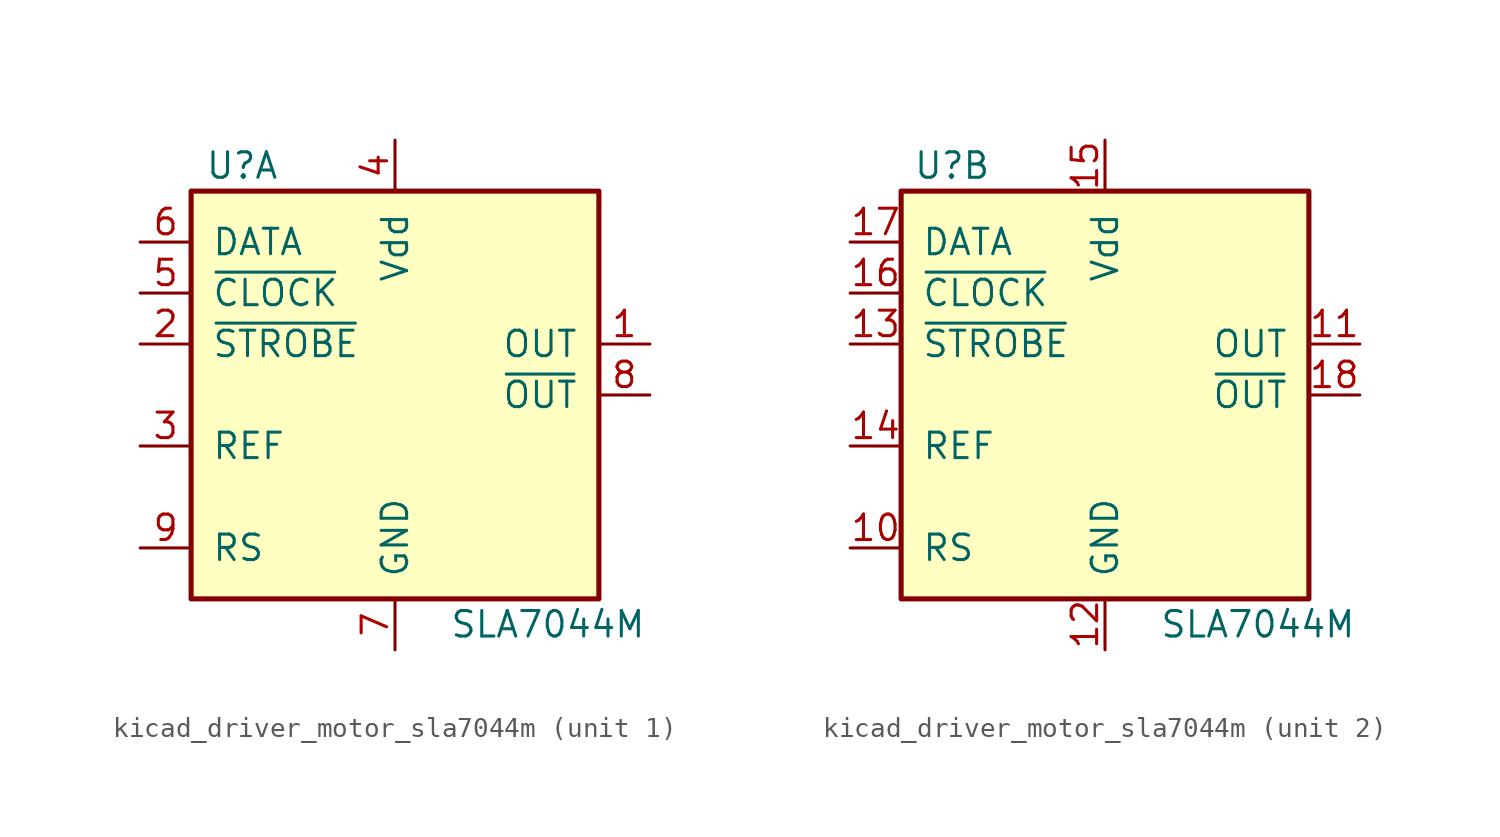
<source format=kicad_sym>
(kicad_symbol_lib
  (version 20220914)
  (generator kicad_symbol_editor)
  (symbol "kicad_driver_motor_sla7044m"
    (pin_names
      (offset 1.016))
    (property "Reference" "U"
      (at -7.62 11.43 0)
      (effects (font (size 1.27 1.27))))
    (property "Value" "SLA7044M"
      (at 7.62 -11.43 0)
      (effects (font (size 1.27 1.27))))
    (symbol "kicad_driver_motor_sla7044m_0_1"
      (rectangle (start -10.16 10.16) (end 10.16 -10.16) (stroke (width 0.254) (type default)) (fill (type background))))
    (symbol "kicad_driver_motor_sla7044m_1_1"
      (pin output line (at 12.7 2.54 180) (length 2.54) (name "OUT" (effects (font (size 1.27 1.27)))) (number "1" (effects (font (size 1.27 1.27)))))
      (pin input line (at -12.7 2.54 0) (length 2.54) (name "~{STROBE}" (effects (font (size 1.27 1.27)))) (number "2" (effects (font (size 1.27 1.27)))))
      (pin input line (at -12.7 -2.54 0) (length 2.54) (name "REF" (effects (font (size 1.27 1.27)))) (number "3" (effects (font (size 1.27 1.27)))))
      (pin power_in line (at 0 12.7 270) (length 2.54) (name "Vdd" (effects (font (size 1.27 1.27)))) (number "4" (effects (font (size 1.27 1.27)))))
      (pin input line (at -12.7 5.08 0) (length 2.54) (name "~{CLOCK}" (effects (font (size 1.27 1.27)))) (number "5" (effects (font (size 1.27 1.27)))))
      (pin input line (at -12.7 7.62 0) (length 2.54) (name "DATA" (effects (font (size 1.27 1.27)))) (number "6" (effects (font (size 1.27 1.27)))))
      (pin power_in line (at 0 -12.7 90) (length 2.54) (name "GND" (effects (font (size 1.27 1.27)))) (number "7" (effects (font (size 1.27 1.27)))))
      (pin output line (at 12.7 0 180) (length 2.54) (name "~{OUT}" (effects (font (size 1.27 1.27)))) (number "8" (effects (font (size 1.27 1.27)))))
      (pin input line (at -12.7 -7.62 0) (length 2.54) (name "RS" (effects (font (size 1.27 1.27)))) (number "9" (effects (font (size 1.27 1.27))))))
    (symbol "kicad_driver_motor_sla7044m_2_1"
      (pin input line (at -12.7 -7.62 0) (length 2.54) (name "RS" (effects (font (size 1.27 1.27)))) (number "10" (effects (font (size 1.27 1.27)))))
      (pin output line (at 12.7 2.54 180) (length 2.54) (name "OUT" (effects (font (size 1.27 1.27)))) (number "11" (effects (font (size 1.27 1.27)))))
      (pin power_in line (at 0 -12.7 90) (length 2.54) (name "GND" (effects (font (size 1.27 1.27)))) (number "12" (effects (font (size 1.27 1.27)))))
      (pin input line (at -12.7 2.54 0) (length 2.54) (name "~{STROBE}" (effects (font (size 1.27 1.27)))) (number "13" (effects (font (size 1.27 1.27)))))
      (pin input line (at -12.7 -2.54 0) (length 2.54) (name "REF" (effects (font (size 1.27 1.27)))) (number "14" (effects (font (size 1.27 1.27)))))
      (pin power_in line (at 0 12.7 270) (length 2.54) (name "Vdd" (effects (font (size 1.27 1.27)))) (number "15" (effects (font (size 1.27 1.27)))))
      (pin input line (at -12.7 5.08 0) (length 2.54) (name "~{CLOCK}" (effects (font (size 1.27 1.27)))) (number "16" (effects (font (size 1.27 1.27)))))
      (pin input line (at -12.7 7.62 0) (length 2.54) (name "DATA" (effects (font (size 1.27 1.27)))) (number "17" (effects (font (size 1.27 1.27)))))
      (pin output line (at 12.7 0 180) (length 2.54) (name "~{OUT}" (effects (font (size 1.27 1.27)))) (number "18" (effects (font (size 1.27 1.27))))))))
</source>
